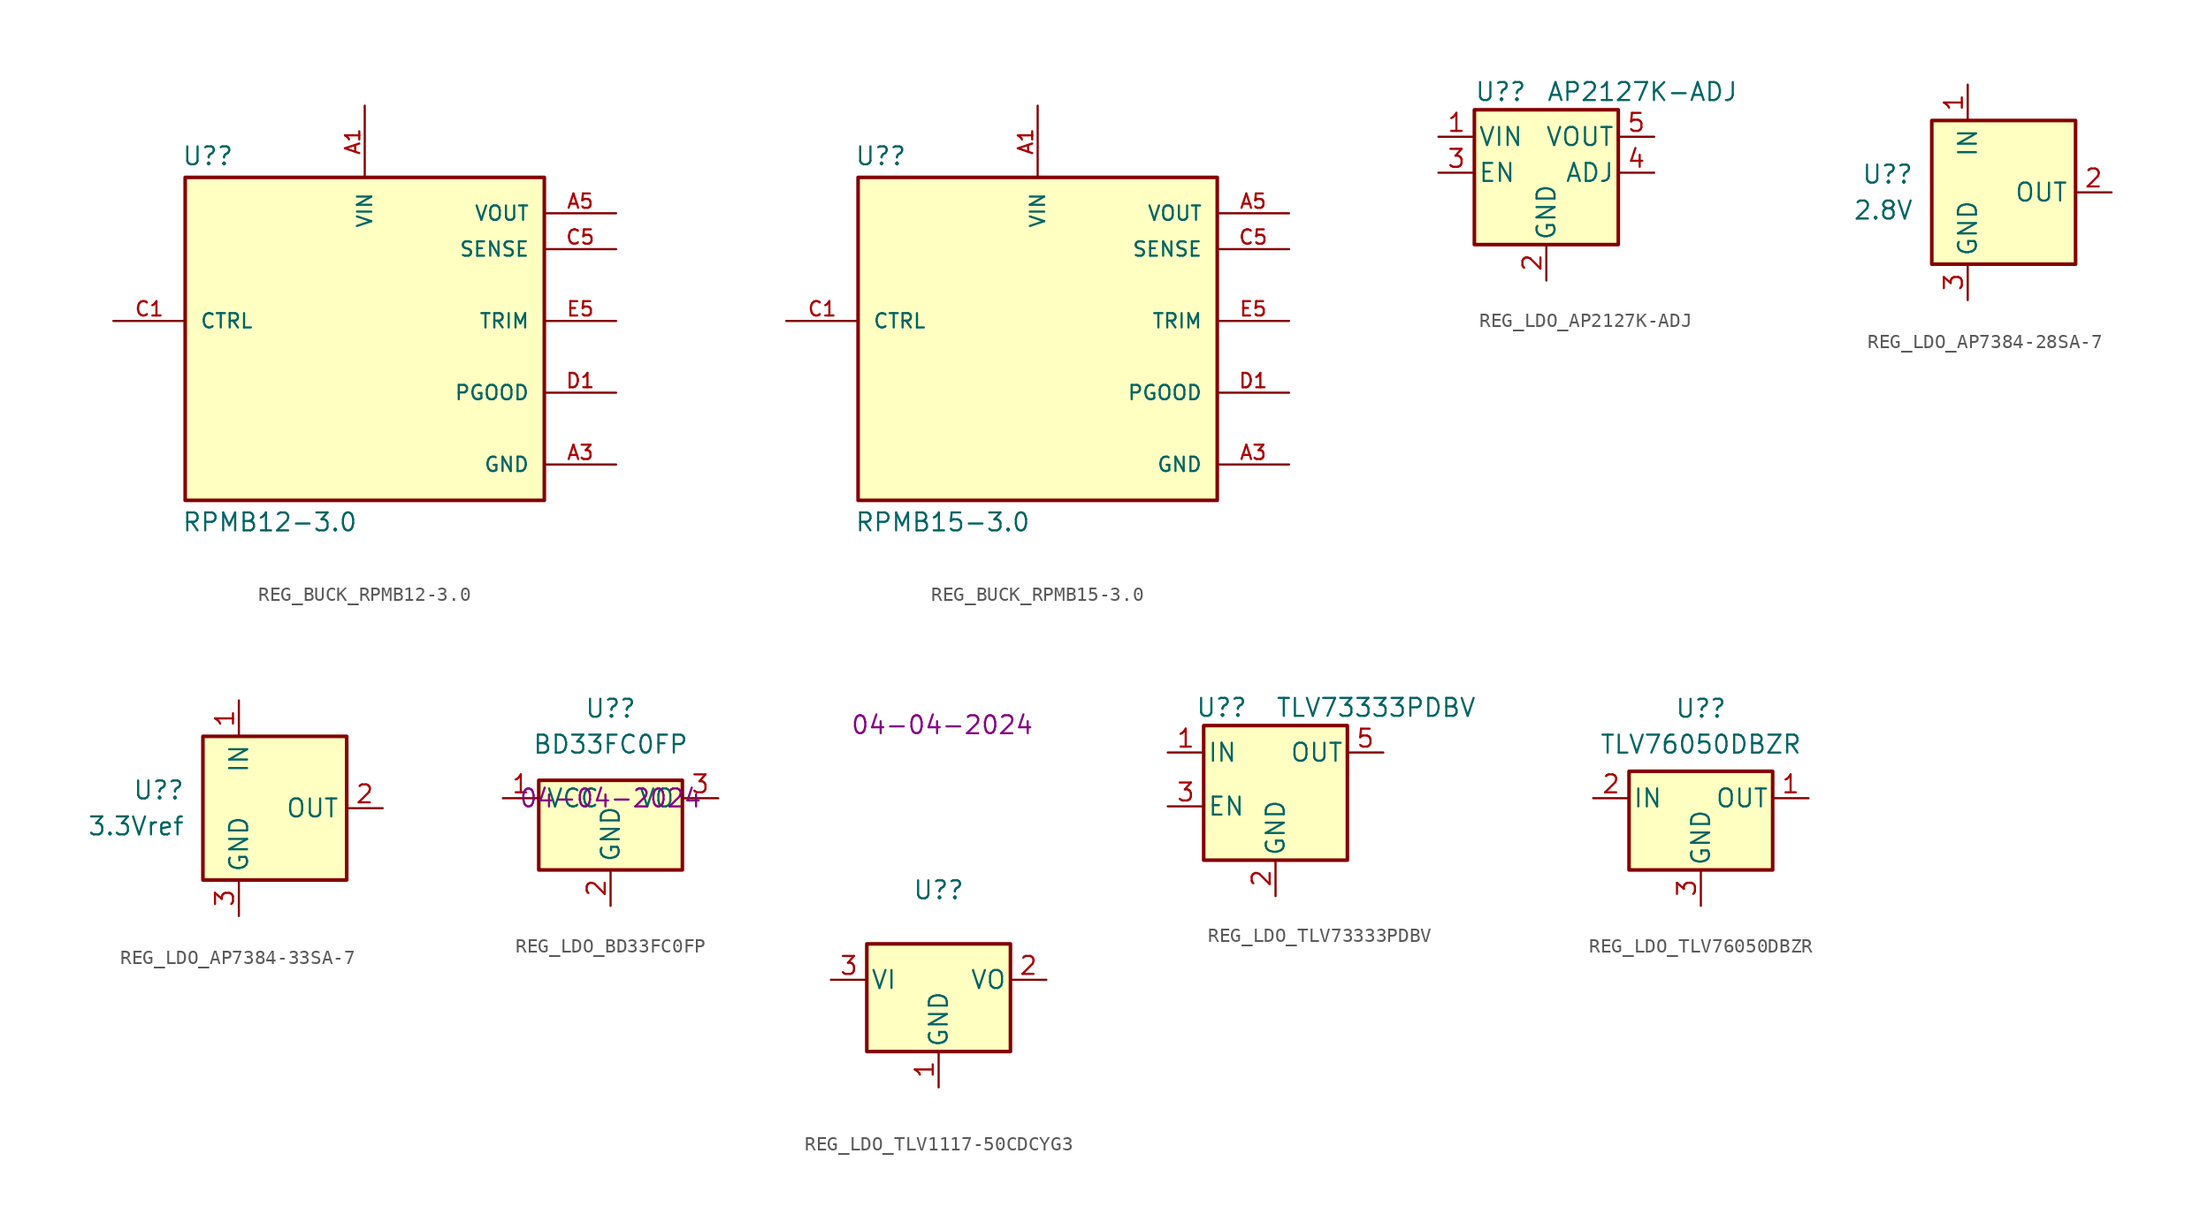
<source format=kicad_sym>
(kicad_symbol_lib
  (version 20231120)
  (generator "kicad_symbol_editor")
  (generator_version "8.0")
  (symbol "REG_BUCK_RPMB12-3.0"
    (pin_names
      (offset 1.016))
    (property "Reference" "U?"
      (at -12.954 13.462 0)
      (effects (font (size 1.27 1.27)) (justify left bottom)))
    (property "Value" "RPMB12-3.0"
      (at -12.954 -12.446 0)
      (effects (font (size 1.27 1.27)) (justify left bottom)))
    (symbol "REG_BUCK_RPMB12-3.0_0_0"
      (rectangle (start -12.7 -10.16) (end 12.7 12.7) (stroke (width 0.254) (type default)) (fill (type background)))
      (pin input line (at 0 17.78 270) (length 5.08) (name "VIN" (effects (font (size 1.016 1.016)))) (number "A1" (effects (font (size 1.016 1.016)))))
      (pin power_in line (at 17.78 -7.62 180) (length 5.08) (name "GND" (effects (font (size 1.016 1.016)))) (number "A3" (effects (font (size 1.016 1.016)))))
      (pin power_in line (at 17.78 -7.62 180) (length 5.08) hide (name "GND" (effects (font (size 1.016 1.016)))) (number "A4" (effects (font (size 1.016 1.016)))))
      (pin output line (at 17.78 10.16 180) (length 5.08) (name "VOUT" (effects (font (size 1.016 1.016)))) (number "A5" (effects (font (size 1.016 1.016)))))
      (pin power_in line (at 17.78 -7.62 180) (length 5.08) hide (name "GND" (effects (font (size 1.016 1.016)))) (number "B1" (effects (font (size 1.016 1.016)))))
      (pin power_in line (at 17.78 -7.62 180) (length 5.08) hide (name "GND" (effects (font (size 1.016 1.016)))) (number "B2" (effects (font (size 1.016 1.016)))))
      (pin power_in line (at 17.78 -7.62 180) (length 5.08) hide (name "GND" (effects (font (size 1.016 1.016)))) (number "B3" (effects (font (size 1.016 1.016)))))
      (pin power_in line (at 17.78 -7.62 180) (length 5.08) hide (name "GND" (effects (font (size 1.016 1.016)))) (number "B4" (effects (font (size 1.016 1.016)))))
      (pin output line (at 17.78 10.16 180) (length 5.08) hide (name "VOUT" (effects (font (size 1.016 1.016)))) (number "B5" (effects (font (size 1.016 1.016)))))
      (pin input line (at -17.78 2.54 0) (length 5.08) (name "CTRL" (effects (font (size 1.016 1.016)))) (number "C1" (effects (font (size 1.016 1.016)))))
      (pin power_in line (at 17.78 -7.62 180) (length 5.08) hide (name "GND" (effects (font (size 1.016 1.016)))) (number "C2" (effects (font (size 1.016 1.016)))))
      (pin power_in line (at 17.78 -7.62 180) (length 5.08) hide (name "GND" (effects (font (size 1.016 1.016)))) (number "C3" (effects (font (size 1.016 1.016)))))
      (pin power_in line (at 17.78 -7.62 180) (length 5.08) hide (name "GND" (effects (font (size 1.016 1.016)))) (number "C4" (effects (font (size 1.016 1.016)))))
      (pin input line (at 17.78 7.62 180) (length 5.08) (name "SENSE" (effects (font (size 1.016 1.016)))) (number "C5" (effects (font (size 1.016 1.016)))))
      (pin output line (at 17.78 -2.54 180) (length 5.08) (name "PGOOD" (effects (font (size 1.016 1.016)))) (number "D1" (effects (font (size 1.016 1.016)))))
      (pin power_in line (at 17.78 -7.62 180) (length 5.08) hide (name "GND" (effects (font (size 1.016 1.016)))) (number "D2" (effects (font (size 1.016 1.016)))))
      (pin power_in line (at 17.78 -7.62 180) (length 5.08) hide (name "GND" (effects (font (size 1.016 1.016)))) (number "D3" (effects (font (size 1.016 1.016)))))
      (pin power_in line (at 17.78 -7.62 180) (length 5.08) hide (name "GND" (effects (font (size 1.016 1.016)))) (number "D4" (effects (font (size 1.016 1.016)))))
      (pin power_in line (at 17.78 -7.62 180) (length 5.08) hide (name "GND" (effects (font (size 1.016 1.016)))) (number "D5" (effects (font (size 1.016 1.016)))))
      (pin power_in line (at 17.78 -7.62 180) (length 5.08) hide (name "GND" (effects (font (size 1.016 1.016)))) (number "E3" (effects (font (size 1.016 1.016)))))
      (pin power_in line (at 17.78 -7.62 180) (length 5.08) hide (name "GND" (effects (font (size 1.016 1.016)))) (number "E4" (effects (font (size 1.016 1.016)))))
      (pin passive line (at 17.78 2.54 180) (length 5.08) (name "TRIM" (effects (font (size 1.016 1.016)))) (number "E5" (effects (font (size 1.016 1.016))))))
    (symbol "REG_BUCK_RPMB12-3.0_1_0"
      (pin input line (at 0 17.78 270) (length 5.08) hide (name "VIN" (effects (font (size 1.016 1.016)))) (number "A2" (effects (font (size 1.016 1.016)))))
      (pin no_connect line (at -17.78 -2.54 0) (length 5.08) hide (name "NC" (effects (font (size 1.016 1.016)))) (number "E1" (effects (font (size 1.016 1.016)))))
      (pin no_connect line (at -17.78 -2.54 0) (length 5.08) hide (name "NC" (effects (font (size 1.016 1.016)))) (number "E2" (effects (font (size 1.016 1.016)))))))
  (symbol "REG_BUCK_RPMB15-3.0"
    (pin_names
      (offset 1.016))
    (property "Reference" "U?"
      (at -12.954 13.462 0)
      (effects (font (size 1.27 1.27)) (justify left bottom)))
    (property "Value" "RPMB15-3.0"
      (at -12.954 -12.446 0)
      (effects (font (size 1.27 1.27)) (justify left bottom)))
    (symbol "REG_BUCK_RPMB15-3.0_0_0"
      (rectangle (start -12.7 -10.16) (end 12.7 12.7) (stroke (width 0.254) (type default)) (fill (type background)))
      (pin input line (at 0 17.78 270) (length 5.08) (name "VIN" (effects (font (size 1.016 1.016)))) (number "A1" (effects (font (size 1.016 1.016)))))
      (pin power_in line (at 17.78 -7.62 180) (length 5.08) (name "GND" (effects (font (size 1.016 1.016)))) (number "A3" (effects (font (size 1.016 1.016)))))
      (pin power_in line (at 17.78 -7.62 180) (length 5.08) hide (name "GND" (effects (font (size 1.016 1.016)))) (number "A4" (effects (font (size 1.016 1.016)))))
      (pin output line (at 17.78 10.16 180) (length 5.08) (name "VOUT" (effects (font (size 1.016 1.016)))) (number "A5" (effects (font (size 1.016 1.016)))))
      (pin power_in line (at 17.78 -7.62 180) (length 5.08) hide (name "GND" (effects (font (size 1.016 1.016)))) (number "B1" (effects (font (size 1.016 1.016)))))
      (pin power_in line (at 17.78 -7.62 180) (length 5.08) hide (name "GND" (effects (font (size 1.016 1.016)))) (number "B2" (effects (font (size 1.016 1.016)))))
      (pin power_in line (at 17.78 -7.62 180) (length 5.08) hide (name "GND" (effects (font (size 1.016 1.016)))) (number "B3" (effects (font (size 1.016 1.016)))))
      (pin power_in line (at 17.78 -7.62 180) (length 5.08) hide (name "GND" (effects (font (size 1.016 1.016)))) (number "B4" (effects (font (size 1.016 1.016)))))
      (pin output line (at 17.78 10.16 180) (length 5.08) hide (name "VOUT" (effects (font (size 1.016 1.016)))) (number "B5" (effects (font (size 1.016 1.016)))))
      (pin input line (at -17.78 2.54 0) (length 5.08) (name "CTRL" (effects (font (size 1.016 1.016)))) (number "C1" (effects (font (size 1.016 1.016)))))
      (pin power_in line (at 17.78 -7.62 180) (length 5.08) hide (name "GND" (effects (font (size 1.016 1.016)))) (number "C2" (effects (font (size 1.016 1.016)))))
      (pin power_in line (at 17.78 -7.62 180) (length 5.08) hide (name "GND" (effects (font (size 1.016 1.016)))) (number "C3" (effects (font (size 1.016 1.016)))))
      (pin power_in line (at 17.78 -7.62 180) (length 5.08) hide (name "GND" (effects (font (size 1.016 1.016)))) (number "C4" (effects (font (size 1.016 1.016)))))
      (pin input line (at 17.78 7.62 180) (length 5.08) (name "SENSE" (effects (font (size 1.016 1.016)))) (number "C5" (effects (font (size 1.016 1.016)))))
      (pin output line (at 17.78 -2.54 180) (length 5.08) (name "PGOOD" (effects (font (size 1.016 1.016)))) (number "D1" (effects (font (size 1.016 1.016)))))
      (pin power_in line (at 17.78 -7.62 180) (length 5.08) hide (name "GND" (effects (font (size 1.016 1.016)))) (number "D2" (effects (font (size 1.016 1.016)))))
      (pin power_in line (at 17.78 -7.62 180) (length 5.08) hide (name "GND" (effects (font (size 1.016 1.016)))) (number "D3" (effects (font (size 1.016 1.016)))))
      (pin power_in line (at 17.78 -7.62 180) (length 5.08) hide (name "GND" (effects (font (size 1.016 1.016)))) (number "D4" (effects (font (size 1.016 1.016)))))
      (pin power_in line (at 17.78 -7.62 180) (length 5.08) hide (name "GND" (effects (font (size 1.016 1.016)))) (number "D5" (effects (font (size 1.016 1.016)))))
      (pin power_in line (at 17.78 -7.62 180) (length 5.08) hide (name "GND" (effects (font (size 1.016 1.016)))) (number "E3" (effects (font (size 1.016 1.016)))))
      (pin power_in line (at 17.78 -7.62 180) (length 5.08) hide (name "GND" (effects (font (size 1.016 1.016)))) (number "E4" (effects (font (size 1.016 1.016)))))
      (pin passive line (at 17.78 2.54 180) (length 5.08) (name "TRIM" (effects (font (size 1.016 1.016)))) (number "E5" (effects (font (size 1.016 1.016))))))
    (symbol "REG_BUCK_RPMB15-3.0_1_0"
      (pin input line (at 0 17.78 270) (length 5.08) hide (name "VIN" (effects (font (size 1.016 1.016)))) (number "A2" (effects (font (size 1.016 1.016)))))
      (pin no_connect line (at -17.78 -2.54 0) (length 5.08) hide (name "NC" (effects (font (size 1.016 1.016)))) (number "E1" (effects (font (size 1.016 1.016)))))
      (pin no_connect line (at -17.78 -2.54 0) (length 5.08) hide (name "NC" (effects (font (size 1.016 1.016)))) (number "E2" (effects (font (size 1.016 1.016)))))))
  (symbol "REG_LDO_AP2127K-ADJ"
    (pin_names
      (offset 0.254))
    (property "Reference" "U?"
      (at -5.08 5.715 0)
      (effects (font (size 1.27 1.27)) (justify left)))
    (property "Value" "AP2127K-ADJ"
      (at 0 5.715 0)
      (effects (font (size 1.27 1.27)) (justify left)))
    (symbol "REG_LDO_AP2127K-ADJ_0_1"
      (rectangle (start -5.08 4.445) (end 5.08 -5.08) (stroke (width 0.254) (type default)) (fill (type background))))
    (symbol "REG_LDO_AP2127K-ADJ_1_1"
      (pin power_in line (at -7.62 2.54 0) (length 2.54) (name "VIN" (effects (font (size 1.27 1.27)))) (number "1" (effects (font (size 1.27 1.27)))))
      (pin power_in line (at 0 -7.62 90) (length 2.54) (name "GND" (effects (font (size 1.27 1.27)))) (number "2" (effects (font (size 1.27 1.27)))))
      (pin input line (at -7.62 0 0) (length 2.54) (name "EN" (effects (font (size 1.27 1.27)))) (number "3" (effects (font (size 1.27 1.27)))))
      (pin input line (at 7.62 0 180) (length 2.54) (name "ADJ" (effects (font (size 1.27 1.27)))) (number "4" (effects (font (size 1.27 1.27)))))
      (pin power_out line (at 7.62 2.54 180) (length 2.54) (name "VOUT" (effects (font (size 1.27 1.27)))) (number "5" (effects (font (size 1.27 1.27)))))))
  (symbol "REG_LDO_AP7384-28SA-7"
    (property "Reference" "U?"
      (at -6.35 1.27 0)
      (effects (font (size 1.27 1.27)) (justify right)))
    (property "Value" "2.8V"
      (at -6.35 -1.27 0)
      (effects (font (size 1.27 1.27)) (justify right)))
    (symbol "REG_LDO_AP7384-28SA-7_0_1"
      (rectangle (start -5.08 5.08) (end 5.08 -5.08) (stroke (width 0.254) (type default)) (fill (type background))))
    (symbol "REG_LDO_AP7384-28SA-7_1_1"
      (pin power_in line (at -2.54 7.62 270) (length 2.54) (name "IN" (effects (font (size 1.27 1.27)))) (number "1" (effects (font (size 1.27 1.27)))))
      (pin power_out line (at 7.62 0 180) (length 2.54) (name "OUT" (effects (font (size 1.27 1.27)))) (number "2" (effects (font (size 1.27 1.27)))))
      (pin power_in line (at -2.54 -7.62 90) (length 2.54) (name "GND" (effects (font (size 1.27 1.27)))) (number "3" (effects (font (size 1.27 1.27)))))))
  (symbol "REG_LDO_AP7384-33SA-7"
    (property "Reference" "U?"
      (at -6.35 1.27 0)
      (effects (font (size 1.27 1.27)) (justify right)))
    (property "Value" "3.3Vref"
      (at -6.35 -1.27 0)
      (effects (font (size 1.27 1.27)) (justify right)))
    (symbol "REG_LDO_AP7384-33SA-7_0_1"
      (rectangle (start -5.08 5.08) (end 5.08 -5.08) (stroke (width 0.254) (type default)) (fill (type background))))
    (symbol "REG_LDO_AP7384-33SA-7_1_1"
      (pin power_in line (at -2.54 7.62 270) (length 2.54) (name "IN" (effects (font (size 1.27 1.27)))) (number "1" (effects (font (size 1.27 1.27)))))
      (pin power_out line (at 7.62 0 180) (length 2.54) (name "OUT" (effects (font (size 1.27 1.27)))) (number "2" (effects (font (size 1.27 1.27)))))
      (pin power_in line (at -2.54 -7.62 90) (length 2.54) (name "GND" (effects (font (size 1.27 1.27)))) (number "3" (effects (font (size 1.27 1.27)))))))
  (symbol "REG_LDO_BD33FC0FP"
    (property "Reference" "U?"
      (at 0 6.35 0)
      (effects (font (size 1.27 1.27))))
    (property "Value" "BD33FC0FP"
      (at 0 3.81 0)
      (effects (font (size 1.27 1.27))))
    (property "Update date" "04-04-2024"
      (at 0 0 0)
      (effects (font (size 1.27 1.27))))
    (symbol "REG_LDO_BD33FC0FP_1_1"
      (rectangle (start -5.08 1.27) (end 5.08 -5.08) (stroke (width 0.254) (type default)) (fill (type background)))
      (pin power_in line (at -7.62 0 0) (length 2.54) (name "VCC" (effects (font (size 1.27 1.27)))) (number "1" (effects (font (size 1.27 1.27)))))
      (pin power_in line (at 0 -7.62 90) (length 2.54) (name "GND" (effects (font (size 1.27 1.27)))) (number "2" (effects (font (size 1.27 1.27)))))
      (pin power_out line (at 7.62 0 180) (length 2.54) (name "VO" (effects (font (size 1.27 1.27)))) (number "3" (effects (font (size 1.27 1.27)))))))
  (symbol "REG_LDO_TLV1117-50CDCYG3"
    (pin_names
      (offset 0.254))
    (property "Reference" "U?"
      (at 0 6.35 0)
      (effects (font (size 1.27 1.27))))
    (property "Update date" "04-04-2024"
      (at 0.254 18.034 0)
      (effects (font (size 1.27 1.27))))
    (symbol "REG_LDO_TLV1117-50CDCYG3_0_1"
      (rectangle (start -5.08 2.54) (end 5.08 -5.08) (stroke (width 0.254) (type default)) (fill (type background))))
    (symbol "REG_LDO_TLV1117-50CDCYG3_1_1"
      (pin power_in line (at 0 -7.62 90) (length 2.54) (name "GND" (effects (font (size 1.27 1.27)))) (number "1" (effects (font (size 1.27 1.27)))))
      (pin power_out line (at 7.62 0 180) (length 2.54) (name "VO" (effects (font (size 1.27 1.27)))) (number "2" (effects (font (size 1.27 1.27)))))
      (pin power_in line (at -7.62 0 0) (length 2.54) (name "VI" (effects (font (size 1.27 1.27)))) (number "3" (effects (font (size 1.27 1.27)))))))
  (symbol "REG_LDO_TLV73333PDBV"
    (pin_names
      (offset 0.254))
    (property "Reference" "U?"
      (at -3.81 5.715 0)
      (effects (font (size 1.27 1.27))))
    (property "Value" "TLV73333PDBV"
      (at 0 5.715 0)
      (effects (font (size 1.27 1.27)) (justify left)))
    (symbol "REG_LDO_TLV73333PDBV_0_1"
      (rectangle (start -5.08 4.445) (end 5.08 -5.08) (stroke (width 0.254) (type default)) (fill (type background))))
    (symbol "REG_LDO_TLV73333PDBV_1_1"
      (pin power_in line (at -7.62 2.54 0) (length 2.54) (name "IN" (effects (font (size 1.27 1.27)))) (number "1" (effects (font (size 1.27 1.27)))))
      (pin power_in line (at 0 -7.62 90) (length 2.54) (name "GND" (effects (font (size 1.27 1.27)))) (number "2" (effects (font (size 1.27 1.27)))))
      (pin input line (at -7.62 -1.27 0) (length 2.54) (name "EN" (effects (font (size 1.27 1.27)))) (number "3" (effects (font (size 1.27 1.27)))))
      (pin no_connect line (at 5.08 0 180) (length 2.54) hide (name "NC" (effects (font (size 1.27 1.27)))) (number "4" (effects (font (size 1.27 1.27)))))
      (pin power_out line (at 7.62 2.54 180) (length 2.54) (name "OUT" (effects (font (size 1.27 1.27)))) (number "5" (effects (font (size 1.27 1.27)))))))
  (symbol "REG_LDO_TLV76050DBZR"
    (pin_names
      (offset 0.254))
    (property "Reference" "U?"
      (at 0 6.35 0)
      (effects (font (size 1.27 1.27))))
    (property "Value" "TLV76050DBZR"
      (at 0 3.81 0)
      (effects (font (size 1.27 1.27))))
    (symbol "REG_LDO_TLV76050DBZR_0_1"
      (rectangle (start -5.08 1.905) (end 5.08 -5.08) (stroke (width 0.254) (type default)) (fill (type background))))
    (symbol "REG_LDO_TLV76050DBZR_1_1"
      (pin power_out line (at 7.62 0 180) (length 2.54) (name "OUT" (effects (font (size 1.27 1.27)))) (number "1" (effects (font (size 1.27 1.27)))))
      (pin power_in line (at -7.62 0 0) (length 2.54) (name "IN" (effects (font (size 1.27 1.27)))) (number "2" (effects (font (size 1.27 1.27)))))
      (pin power_in line (at 0 -7.62 90) (length 2.54) (name "GND" (effects (font (size 1.27 1.27)))) (number "3" (effects (font (size 1.27 1.27))))))))
</source>
